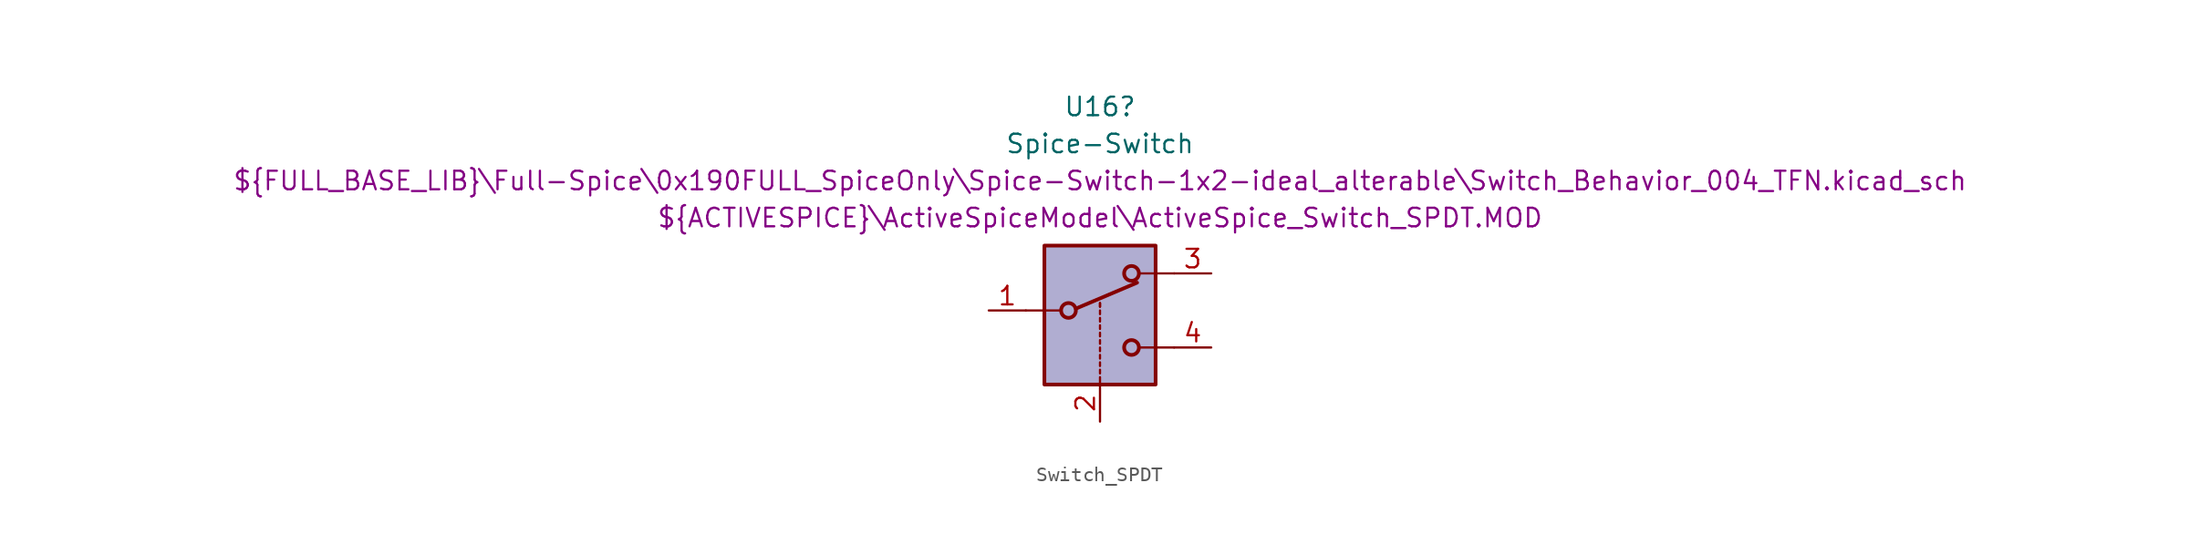
<source format=kicad_sym>
(kicad_symbol_lib
  (version 20220914)
  (generator kicad_symbol_editor)
  (symbol "Switch_SPDT"
    (pin_names
      (offset 0.254))
    (property "Reference" "U16"
      (at 0 11.43 0)
      (effects (font (size 1.27 1.27))))
    (property "Value" "Spice-Switch"
      (at 0 8.89 0)
      (effects (font (size 1.27 1.27))))
    (property "Datasheet" "${FULL_BASE_LIB}\\Full-Spice\\0x190FULL_SpiceOnly\\Spice-Switch-1x2-ideal_alterable\\Switch_Behavior_004_TFN.kicad_sch"
      (at 0 6.35 0)
      (effects (font (size 1.27 1.27))))
    (property "Sim.Library" "${ACTIVESPICE}\\ActiveSpiceModel\\ActiveSpice_Switch_SPDT.MOD"
      (at 0 3.81 0)
      (effects (font (size 1.27 1.27))))
    (symbol "Switch_SPDT_1_1"
      (circle (center -2.159 -2.54) (radius 0.508) (stroke (width 0.254) (type solid)) (fill (type none)))
      (polyline (pts (xy -5.08 -2.54) (xy -2.794 -2.54)) (stroke (width 0) (type solid)) (fill (type none)))
      (polyline (pts (xy -1.651 -2.413) (xy 2.54 -0.635)) (stroke (width 0.254) (type solid)) (fill (type none)))
      (polyline (pts (xy 0 -7.62) (xy 0 -7.112)) (stroke (width 0) (type solid)) (fill (type none)))
      (polyline (pts (xy 0 -6.858) (xy 0 -6.604)) (stroke (width 0) (type solid)) (fill (type none)))
      (polyline (pts (xy 0 -6.35) (xy 0 -6.096)) (stroke (width 0) (type solid)) (fill (type none)))
      (polyline (pts (xy 0 -5.842) (xy 0 -5.588)) (stroke (width 0) (type solid)) (fill (type none)))
      (polyline (pts (xy 0 -5.334) (xy 0 -5.08)) (stroke (width 0) (type solid)) (fill (type none)))
      (polyline (pts (xy 0 -4.826) (xy 0 -4.572)) (stroke (width 0) (type solid)) (fill (type none)))
      (polyline (pts (xy 0 -4.318) (xy 0 -4.064)) (stroke (width 0) (type solid)) (fill (type none)))
      (polyline (pts (xy 0 -3.81) (xy 0 -3.556)) (stroke (width 0) (type solid)) (fill (type none)))
      (polyline (pts (xy 0 -3.302) (xy 0 -3.048)) (stroke (width 0) (type solid)) (fill (type none)))
      (polyline (pts (xy 0 -2.794) (xy 0 -2.54)) (stroke (width 0) (type solid)) (fill (type none)))
      (polyline (pts (xy 0 -2.286) (xy 0 -2.032)) (stroke (width 0) (type solid)) (fill (type none)))
      (polyline (pts (xy 0 -2.286) (xy 0 -2.032)) (stroke (width 0) (type solid)) (fill (type none)))
      (polyline (pts (xy 5.08 -5.08) (xy 2.794 -5.08)) (stroke (width 0) (type solid)) (fill (type none)))
      (polyline (pts (xy 5.08 0) (xy 2.794 0)) (stroke (width 0) (type solid)) (fill (type none)))
      (circle (center 2.159 -5.08) (radius 0.508) (stroke (width 0.254) (type solid)) (fill (type none)))
      (circle (center 2.159 0) (radius 0.508) (stroke (width 0.254) (type solid)) (fill (type none)))
      (rectangle (start 3.81 -7.62) (end -3.81 1.905) (stroke (width 0.254) (type solid)) (fill (type color) (color 149 146 194 0.749)))
      (pin passive line (at -7.62 -2.54 0) (length 2.54) (name "~" (effects (font (size 1.27 1.27)))) (number "1" (effects (font (size 1.27 1.27)))))
      (pin input line (at 0 -10.16 90) (length 2.54) (name "~" (effects (font (size 1.27 1.27)))) (number "2" (effects (font (size 1.27 1.27)))))
      (pin passive line (at 7.62 0 180) (length 2.54) (name "~" (effects (font (size 1.27 1.27)))) (number "3" (effects (font (size 1.27 1.27)))))
      (pin passive line (at 7.62 -5.08 180) (length 2.54) (name "~" (effects (font (size 1.27 1.27)))) (number "4" (effects (font (size 1.27 1.27))))))))
</source>
